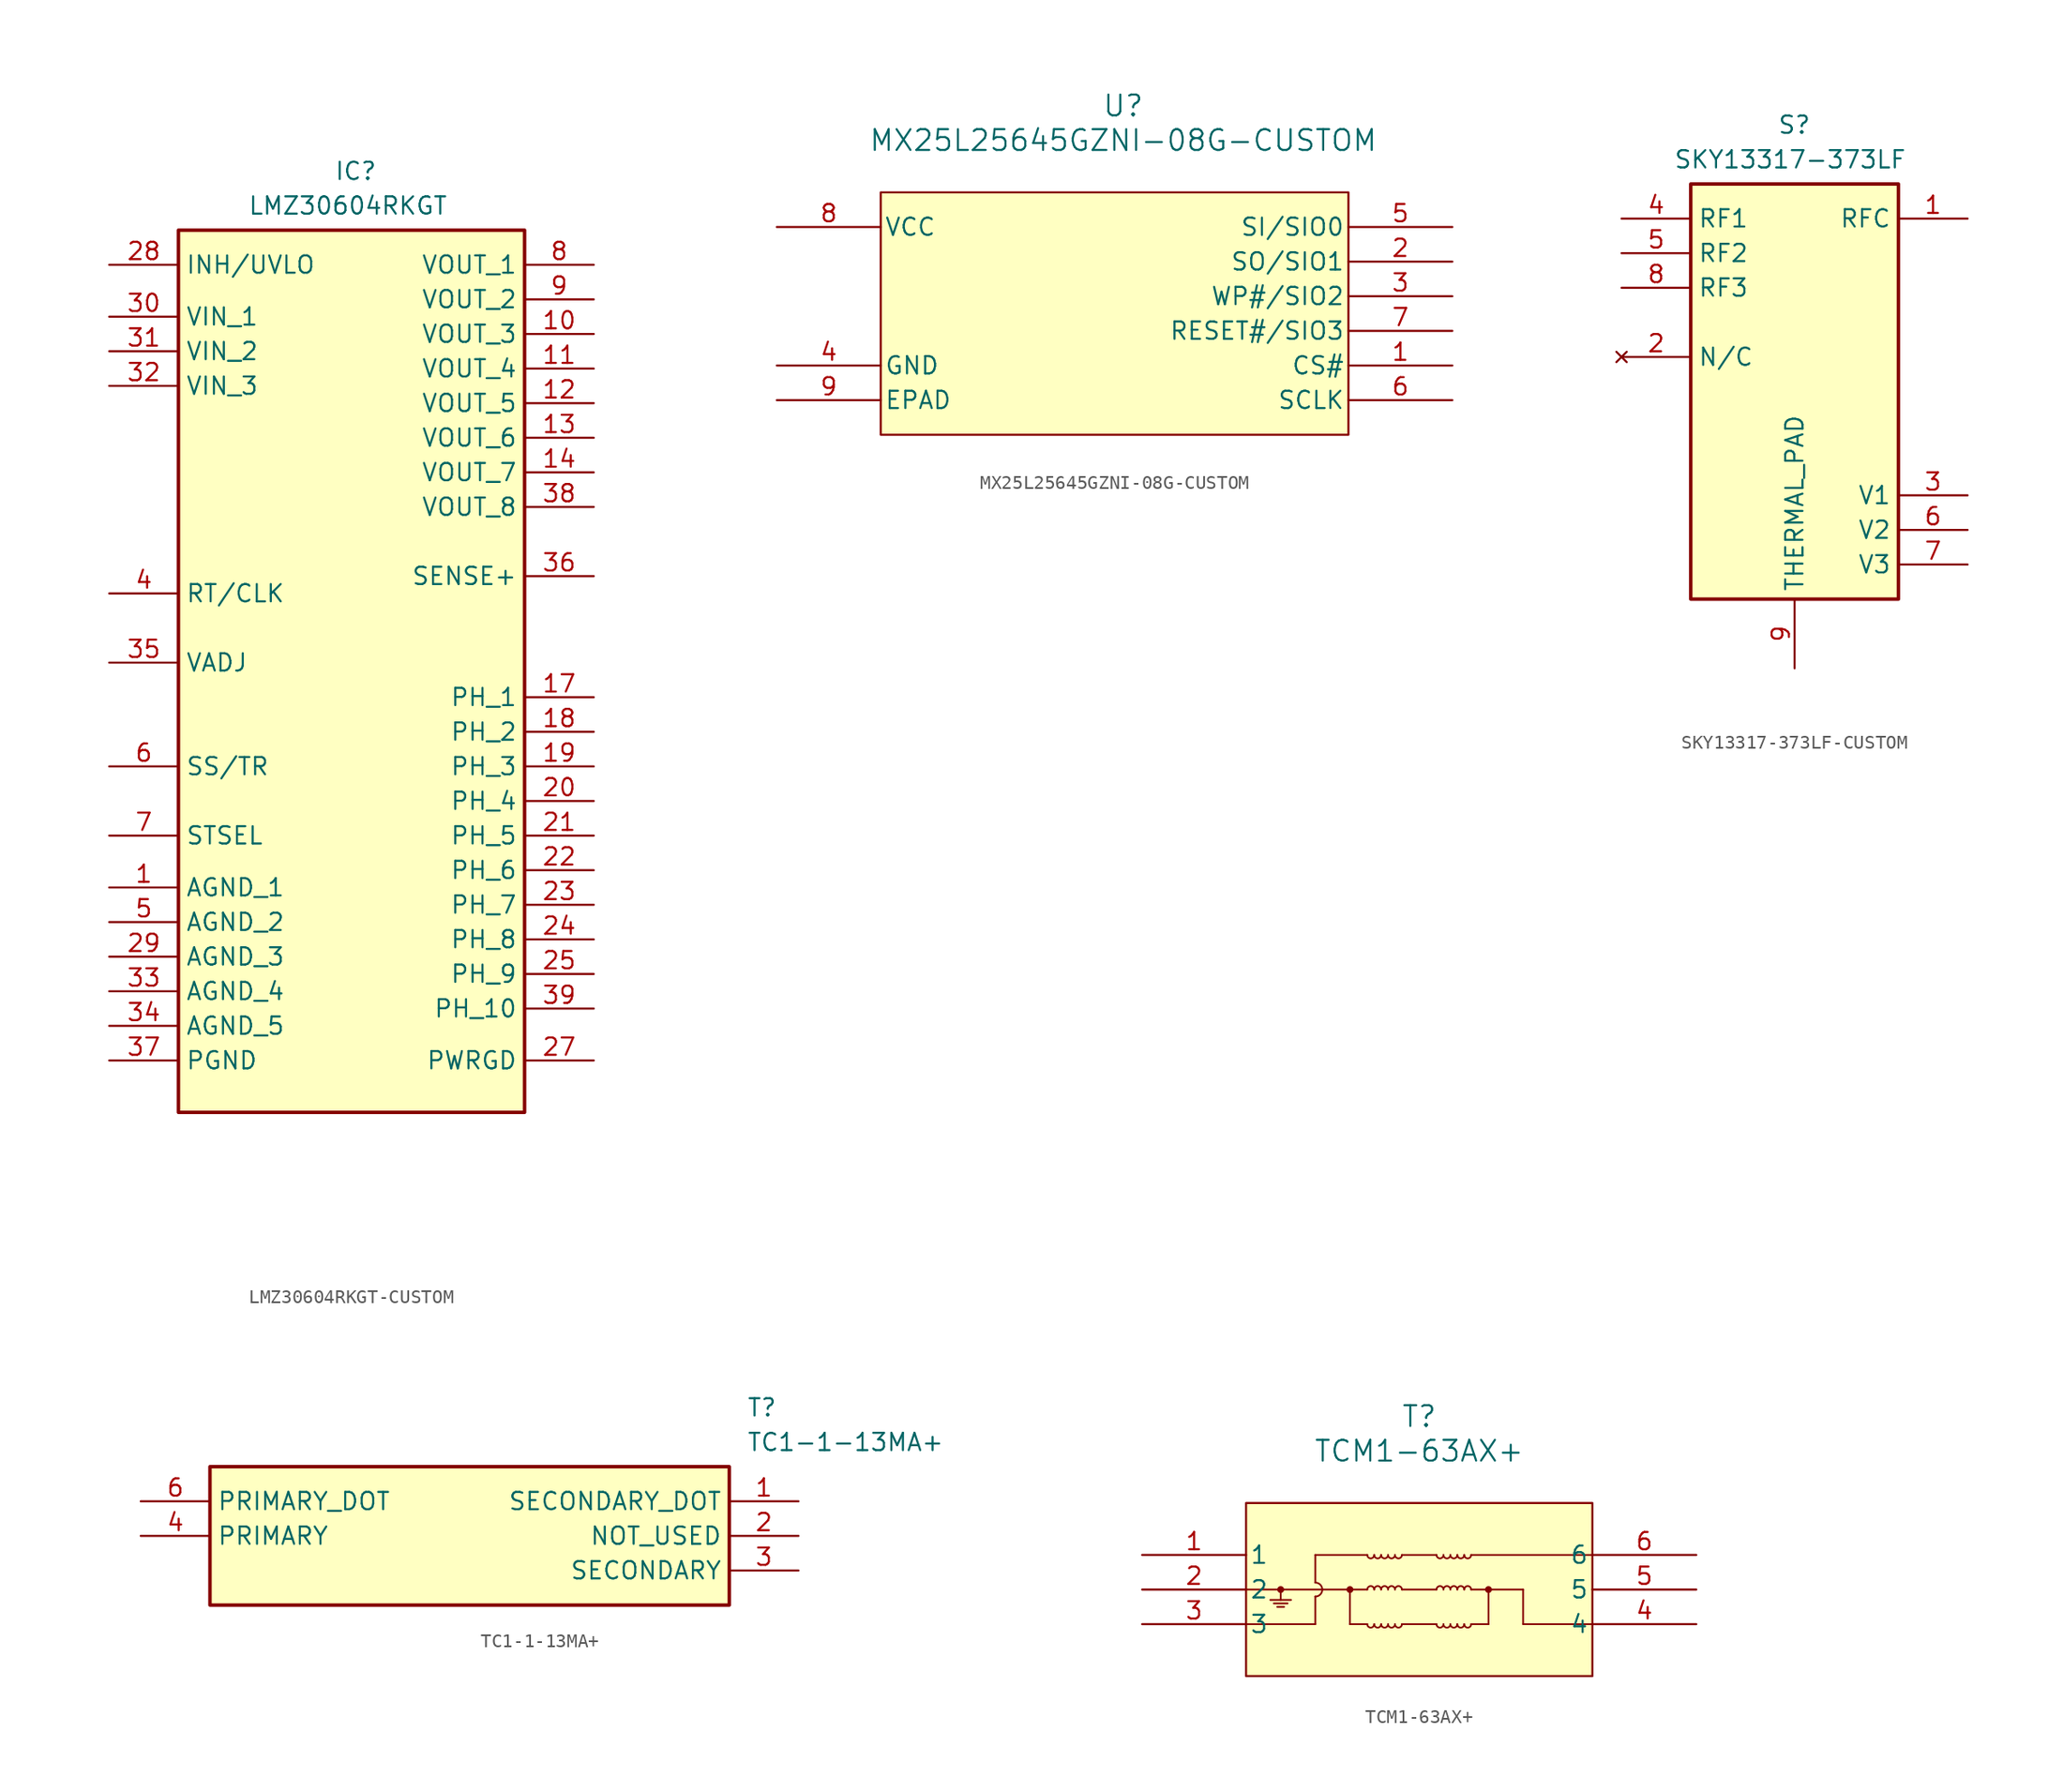
<source format=kicad_sym>
(kicad_symbol_lib
  (version 20231120)
  (generator "kicad_symbol_editor")
  (generator_version "8.0")
  (symbol "LMZ30604RKGT-CUSTOM"
    (property "Reference" "IC"
      (at -1.27 5.08 0)
      (effects (font (size 1.27 1.27)) (justify left top)))
    (property "Value" "LMZ30604RKGT"
      (at -7.62 2.54 0)
      (effects (font (size 1.27 1.27)) (justify left top)))
    (symbol "LMZ30604RKGT-CUSTOM_1_1"
      (rectangle (start -12.7 0) (end 12.7 -64.77) (stroke (width 0.254) (type default)) (fill (type background)))
      (pin passive line (at -17.78 -48.26 0) (length 5.08) (name "AGND_1" (effects (font (size 1.27 1.27)))) (number "1" (effects (font (size 1.27 1.27)))))
      (pin passive line (at 17.78 -7.62 180) (length 5.08) (name "VOUT_3" (effects (font (size 1.27 1.27)))) (number "10" (effects (font (size 1.27 1.27)))))
      (pin passive line (at 17.78 -10.16 180) (length 5.08) (name "VOUT_4" (effects (font (size 1.27 1.27)))) (number "11" (effects (font (size 1.27 1.27)))))
      (pin passive line (at 17.78 -12.7 180) (length 5.08) (name "VOUT_5" (effects (font (size 1.27 1.27)))) (number "12" (effects (font (size 1.27 1.27)))))
      (pin passive line (at 17.78 -15.24 180) (length 5.08) (name "VOUT_6" (effects (font (size 1.27 1.27)))) (number "13" (effects (font (size 1.27 1.27)))))
      (pin passive line (at 17.78 -17.78 180) (length 5.08) (name "VOUT_7" (effects (font (size 1.27 1.27)))) (number "14" (effects (font (size 1.27 1.27)))))
      (pin no_connect line (at 0 -69.85 90) (length 5.08) hide (name "DNC_3" (effects (font (size 1.27 1.27)))) (number "15" (effects (font (size 1.27 1.27)))))
      (pin no_connect line (at 2.54 -69.85 90) (length 5.08) hide (name "DNC_4" (effects (font (size 1.27 1.27)))) (number "16" (effects (font (size 1.27 1.27)))))
      (pin passive line (at 17.78 -34.29 180) (length 5.08) (name "PH_1" (effects (font (size 1.27 1.27)))) (number "17" (effects (font (size 1.27 1.27)))))
      (pin passive line (at 17.78 -36.83 180) (length 5.08) (name "PH_2" (effects (font (size 1.27 1.27)))) (number "18" (effects (font (size 1.27 1.27)))))
      (pin passive line (at 17.78 -39.37 180) (length 5.08) (name "PH_3" (effects (font (size 1.27 1.27)))) (number "19" (effects (font (size 1.27 1.27)))))
      (pin no_connect line (at -5.08 -69.85 90) (length 5.08) hide (name "DNC_1" (effects (font (size 1.27 1.27)))) (number "2" (effects (font (size 1.27 1.27)))))
      (pin passive line (at 17.78 -41.91 180) (length 5.08) (name "PH_4" (effects (font (size 1.27 1.27)))) (number "20" (effects (font (size 1.27 1.27)))))
      (pin passive line (at 17.78 -44.45 180) (length 5.08) (name "PH_5" (effects (font (size 1.27 1.27)))) (number "21" (effects (font (size 1.27 1.27)))))
      (pin passive line (at 17.78 -46.99 180) (length 5.08) (name "PH_6" (effects (font (size 1.27 1.27)))) (number "22" (effects (font (size 1.27 1.27)))))
      (pin passive line (at 17.78 -49.53 180) (length 5.08) (name "PH_7" (effects (font (size 1.27 1.27)))) (number "23" (effects (font (size 1.27 1.27)))))
      (pin passive line (at 17.78 -52.07 180) (length 5.08) (name "PH_8" (effects (font (size 1.27 1.27)))) (number "24" (effects (font (size 1.27 1.27)))))
      (pin passive line (at 17.78 -54.61 180) (length 5.08) (name "PH_9" (effects (font (size 1.27 1.27)))) (number "25" (effects (font (size 1.27 1.27)))))
      (pin no_connect line (at 5.08 -69.85 90) (length 5.08) hide (name "DNC_5" (effects (font (size 1.27 1.27)))) (number "26" (effects (font (size 1.27 1.27)))))
      (pin passive line (at 17.78 -60.96 180) (length 5.08) (name "PWRGD" (effects (font (size 1.27 1.27)))) (number "27" (effects (font (size 1.27 1.27)))))
      (pin passive line (at -17.78 -2.54 0) (length 5.08) (name "INH/UVLO" (effects (font (size 1.27 1.27)))) (number "28" (effects (font (size 1.27 1.27)))))
      (pin passive line (at -17.78 -53.34 0) (length 5.08) (name "AGND_3" (effects (font (size 1.27 1.27)))) (number "29" (effects (font (size 1.27 1.27)))))
      (pin no_connect line (at -2.54 -69.85 90) (length 5.08) hide (name "DNC_2" (effects (font (size 1.27 1.27)))) (number "3" (effects (font (size 1.27 1.27)))))
      (pin passive line (at -17.78 -6.35 0) (length 5.08) (name "VIN_1" (effects (font (size 1.27 1.27)))) (number "30" (effects (font (size 1.27 1.27)))))
      (pin passive line (at -17.78 -8.89 0) (length 5.08) (name "VIN_2" (effects (font (size 1.27 1.27)))) (number "31" (effects (font (size 1.27 1.27)))))
      (pin passive line (at -17.78 -11.43 0) (length 5.08) (name "VIN_3" (effects (font (size 1.27 1.27)))) (number "32" (effects (font (size 1.27 1.27)))))
      (pin passive line (at -17.78 -55.88 0) (length 5.08) (name "AGND_4" (effects (font (size 1.27 1.27)))) (number "33" (effects (font (size 1.27 1.27)))))
      (pin passive line (at -17.78 -58.42 0) (length 5.08) (name "AGND_5" (effects (font (size 1.27 1.27)))) (number "34" (effects (font (size 1.27 1.27)))))
      (pin passive line (at -17.78 -31.75 0) (length 5.08) (name "VADJ" (effects (font (size 1.27 1.27)))) (number "35" (effects (font (size 1.27 1.27)))))
      (pin passive line (at 17.78 -25.4 180) (length 5.08) (name "SENSE+" (effects (font (size 1.27 1.27)))) (number "36" (effects (font (size 1.27 1.27)))))
      (pin passive line (at -17.78 -60.96 0) (length 5.08) (name "PGND" (effects (font (size 1.27 1.27)))) (number "37" (effects (font (size 1.27 1.27)))))
      (pin passive line (at 17.78 -20.32 180) (length 5.08) (name "VOUT_8" (effects (font (size 1.27 1.27)))) (number "38" (effects (font (size 1.27 1.27)))))
      (pin passive line (at 17.78 -57.15 180) (length 5.08) (name "PH_10" (effects (font (size 1.27 1.27)))) (number "39" (effects (font (size 1.27 1.27)))))
      (pin passive line (at -17.78 -26.67 0) (length 5.08) (name "RT/CLK" (effects (font (size 1.27 1.27)))) (number "4" (effects (font (size 1.27 1.27)))))
      (pin passive line (at -17.78 -50.8 0) (length 5.08) (name "AGND_2" (effects (font (size 1.27 1.27)))) (number "5" (effects (font (size 1.27 1.27)))))
      (pin passive line (at -17.78 -39.37 0) (length 5.08) (name "SS/TR" (effects (font (size 1.27 1.27)))) (number "6" (effects (font (size 1.27 1.27)))))
      (pin passive line (at -17.78 -44.45 0) (length 5.08) (name "STSEL" (effects (font (size 1.27 1.27)))) (number "7" (effects (font (size 1.27 1.27)))))
      (pin passive line (at 17.78 -2.54 180) (length 5.08) (name "VOUT_1" (effects (font (size 1.27 1.27)))) (number "8" (effects (font (size 1.27 1.27)))))
      (pin passive line (at 17.78 -5.08 180) (length 5.08) (name "VOUT_2" (effects (font (size 1.27 1.27)))) (number "9" (effects (font (size 1.27 1.27)))))))
  (symbol "MX25L25645GZNI-08G-CUSTOM"
    (pin_names
      (offset 0.254))
    (property "Reference" "U"
      (at 0 6.35 0)
      (effects (font (size 1.524 1.524))))
    (property "Value" "MX25L25645GZNI-08G-CUSTOM"
      (at 0 3.81 0)
      (effects (font (size 1.524 1.524))))
    (symbol "MX25L25645GZNI-08G-CUSTOM_0_1"
      (pin bidirectional line (at 24.13 -5.08 180) (length 7.62) (name "SO/SIO1" (effects (font (size 1.27 1.27)))) (number "2" (effects (font (size 1.27 1.27)))))
      (pin bidirectional line (at 24.13 -7.62 180) (length 7.62) (name "WP#/SIO2" (effects (font (size 1.27 1.27)))) (number "3" (effects (font (size 1.27 1.27)))))
      (pin bidirectional line (at 24.13 -2.54 180) (length 7.62) (name "SI/SIO0" (effects (font (size 1.27 1.27)))) (number "5" (effects (font (size 1.27 1.27)))))
      (pin input line (at 24.13 -15.24 180) (length 7.62) (name "SCLK" (effects (font (size 1.27 1.27)))) (number "6" (effects (font (size 1.27 1.27)))))
      (pin bidirectional line (at 24.13 -10.16 180) (length 7.62) (name "RESET#/SIO3" (effects (font (size 1.27 1.27)))) (number "7" (effects (font (size 1.27 1.27)))))
      (pin power_in line (at -25.4 -2.54 0) (length 7.62) (name "VCC" (effects (font (size 1.27 1.27)))) (number "8" (effects (font (size 1.27 1.27))))))
    (symbol "MX25L25645GZNI-08G-CUSTOM_1_1"
      (rectangle (start -17.78 0) (end 16.51 -17.78) (stroke (width 0) (type default)) (fill (type background)))
      (pin input line (at 24.13 -12.7 180) (length 7.62) (name "CS#" (effects (font (size 1.27 1.27)))) (number "1" (effects (font (size 1.27 1.27)))))
      (pin power_in line (at -25.4 -12.7 0) (length 7.62) (name "GND" (effects (font (size 1.27 1.27)))) (number "4" (effects (font (size 1.27 1.27)))))
      (pin power_in line (at -25.4 -15.24 0) (length 7.62) (name "EPAD" (effects (font (size 1.27 1.27)))) (number "9" (effects (font (size 1.27 1.27)))))))
  (symbol "SKY13317-373LF-CUSTOM"
    (property "Reference" "S"
      (at -1.27 5.08 0)
      (effects (font (size 1.27 1.27)) (justify left top)))
    (property "Value" "SKY13317-373LF"
      (at -8.89 2.54 0)
      (effects (font (size 1.27 1.27)) (justify left top)))
    (symbol "SKY13317-373LF-CUSTOM_1_1"
      (rectangle (start -7.62 0) (end 7.62 -30.48) (stroke (width 0.254) (type default)) (fill (type background)))
      (pin bidirectional line (at 12.7 -2.54 180) (length 5.08) (name "RFC" (effects (font (size 1.27 1.27)))) (number "1" (effects (font (size 1.27 1.27)))))
      (pin no_connect line (at -12.7 -12.7 0) (length 5.08) (name "N/C" (effects (font (size 1.27 1.27)))) (number "2" (effects (font (size 1.27 1.27)))))
      (pin input line (at 12.7 -22.86 180) (length 5.08) (name "V1" (effects (font (size 1.27 1.27)))) (number "3" (effects (font (size 1.27 1.27)))))
      (pin bidirectional line (at -12.7 -2.54 0) (length 5.08) (name "RF1" (effects (font (size 1.27 1.27)))) (number "4" (effects (font (size 1.27 1.27)))))
      (pin bidirectional line (at -12.7 -5.08 0) (length 5.08) (name "RF2" (effects (font (size 1.27 1.27)))) (number "5" (effects (font (size 1.27 1.27)))))
      (pin input line (at 12.7 -25.4 180) (length 5.08) (name "V2" (effects (font (size 1.27 1.27)))) (number "6" (effects (font (size 1.27 1.27)))))
      (pin input line (at 12.7 -27.94 180) (length 5.08) (name "V3" (effects (font (size 1.27 1.27)))) (number "7" (effects (font (size 1.27 1.27)))))
      (pin bidirectional line (at -12.7 -7.62 0) (length 5.08) (name "RF3" (effects (font (size 1.27 1.27)))) (number "8" (effects (font (size 1.27 1.27)))))
      (pin power_in line (at 0 -35.56 90) (length 5.08) (name "THERMAL_PAD" (effects (font (size 1.27 1.27)))) (number "9" (effects (font (size 1.27 1.27)))))))
  (symbol "TC1-1-13MA+"
    (property "Reference" "T"
      (at 44.45 7.62 0)
      (effects (font (size 1.27 1.27)) (justify left top)))
    (property "Value" "TC1-1-13MA+"
      (at 44.45 5.08 0)
      (effects (font (size 1.27 1.27)) (justify left top)))
    (symbol "TC1-1-13MA+_1_1"
      (rectangle (start 5.08 2.54) (end 43.18 -7.62) (stroke (width 0.254) (type default)) (fill (type background)))
      (pin passive line (at 48.26 0 180) (length 5.08) (name "SECONDARY_DOT" (effects (font (size 1.27 1.27)))) (number "1" (effects (font (size 1.27 1.27)))))
      (pin passive line (at 48.26 -2.54 180) (length 5.08) (name "NOT_USED" (effects (font (size 1.27 1.27)))) (number "2" (effects (font (size 1.27 1.27)))))
      (pin passive line (at 48.26 -5.08 180) (length 5.08) (name "SECONDARY" (effects (font (size 1.27 1.27)))) (number "3" (effects (font (size 1.27 1.27)))))
      (pin passive line (at 0 -2.54 0) (length 5.08) (name "PRIMARY" (effects (font (size 1.27 1.27)))) (number "4" (effects (font (size 1.27 1.27)))))
      (pin passive line (at 0 0 0) (length 5.08) (name "PRIMARY_DOT" (effects (font (size 1.27 1.27)))) (number "6" (effects (font (size 1.27 1.27)))))))
  (symbol "TCM1-63AX+"
    (pin_names
      (offset 0.254))
    (property "Reference" "T"
      (at 20.32 10.16 0)
      (effects (font (size 1.524 1.524))))
    (property "Value" "TCM1-63AX+"
      (at 20.32 7.62 0)
      (effects (font (size 1.524 1.524))))
    (symbol "TCM1-63AX+_0_1"
      (polyline (pts (xy 7.62 -5.08) (xy 12.7 -5.08)) (stroke (width 0.127) (type default)) (fill (type none)))
      (polyline (pts (xy 7.62 -2.54) (xy 16.51 -2.54)) (stroke (width 0.127) (type default)) (fill (type none)))
      (polyline (pts (xy 9.398 -3.302) (xy 10.922 -3.302)) (stroke (width 0.127) (type default)) (fill (type none)))
      (polyline (pts (xy 9.652 -3.556) (xy 10.668 -3.556)) (stroke (width 0.127) (type default)) (fill (type none)))
      (polyline (pts (xy 9.906 -3.81) (xy 10.414 -3.81)) (stroke (width 0.127) (type default)) (fill (type none)))
      (polyline (pts (xy 10.16 -2.54) (xy 10.16 -3.302)) (stroke (width 0.127) (type default)) (fill (type none)))
      (polyline (pts (xy 12.7 -5.08) (xy 12.7 -3.048)) (stroke (width 0.127) (type default)) (fill (type none)))
      (polyline (pts (xy 12.7 -2.032) (xy 12.7 0)) (stroke (width 0.127) (type default)) (fill (type none)))
      (polyline (pts (xy 12.7 0) (xy 16.51 0)) (stroke (width 0.127) (type default)) (fill (type none)))
      (polyline (pts (xy 15.24 -5.08) (xy 16.51 -5.08)) (stroke (width 0.127) (type default)) (fill (type none)))
      (polyline (pts (xy 15.24 -2.54) (xy 15.24 -5.08)) (stroke (width 0.127) (type default)) (fill (type none)))
      (polyline (pts (xy 19.05 -5.08) (xy 21.59 -5.08)) (stroke (width 0.127) (type default)) (fill (type none)))
      (polyline (pts (xy 19.05 -2.54) (xy 21.59 -2.54)) (stroke (width 0.127) (type default)) (fill (type none)))
      (polyline (pts (xy 19.05 0) (xy 21.59 0)) (stroke (width 0.127) (type default)) (fill (type none)))
      (polyline (pts (xy 24.13 -5.08) (xy 25.4 -5.08)) (stroke (width 0.127) (type default)) (fill (type none)))
      (polyline (pts (xy 24.13 -2.54) (xy 27.94 -2.54)) (stroke (width 0.127) (type default)) (fill (type none)))
      (polyline (pts (xy 25.4 -5.08) (xy 25.4 -2.54)) (stroke (width 0.127) (type default)) (fill (type none)))
      (polyline (pts (xy 27.94 -5.08) (xy 33.02 -5.08)) (stroke (width 0.127) (type default)) (fill (type none)))
      (polyline (pts (xy 27.94 -2.54) (xy 27.94 -5.08)) (stroke (width 0.127) (type default)) (fill (type none)))
      (polyline (pts (xy 33.02 0) (xy 24.13 0)) (stroke (width 0.127) (type default)) (fill (type none)))
      (circle (center 10.16 -2.54) (radius 0.127) (stroke (width 0.254) (type default)) (fill (type none)))
      (arc (start 12.7 -3.048) (mid 13.2058 -2.54) (end 12.7 -2.032) (stroke (width 0.127) (type default)) (fill (type none)))
      (circle (center 15.24 -2.54) (radius 0.127) (stroke (width 0.254) (type default)) (fill (type none)))
      (arc (start 16.51 -5.08) (mid 16.764 -5.3329) (end 17.018 -5.08) (stroke (width 0.127) (type default)) (fill (type none)))
      (arc (start 16.51 0) (mid 16.764 -0.2529) (end 17.018 0) (stroke (width 0.127) (type default)) (fill (type none)))
      (arc (start 17.018 -5.08) (mid 17.272 -5.3329) (end 17.526 -5.08) (stroke (width 0.127) (type default)) (fill (type none)))
      (arc (start 17.018 -2.54) (mid 16.764 -2.2871) (end 16.51 -2.54) (stroke (width 0.127) (type default)) (fill (type none)))
      (arc (start 17.018 0) (mid 17.272 -0.2529) (end 17.526 0) (stroke (width 0.127) (type default)) (fill (type none)))
      (arc (start 17.526 -5.08) (mid 17.78 -5.3329) (end 18.034 -5.08) (stroke (width 0.127) (type default)) (fill (type none)))
      (arc (start 17.526 -2.54) (mid 17.272 -2.2871) (end 17.018 -2.54) (stroke (width 0.127) (type default)) (fill (type none)))
      (arc (start 17.526 0) (mid 17.78 -0.2529) (end 18.034 0) (stroke (width 0.127) (type default)) (fill (type none)))
      (arc (start 18.034 -5.08) (mid 18.288 -5.3329) (end 18.542 -5.08) (stroke (width 0.127) (type default)) (fill (type none)))
      (arc (start 18.034 -2.54) (mid 17.78 -2.2871) (end 17.526 -2.54) (stroke (width 0.127) (type default)) (fill (type none)))
      (arc (start 18.034 0) (mid 18.288 -0.2529) (end 18.542 0) (stroke (width 0.127) (type default)) (fill (type none)))
      (arc (start 18.542 -5.08) (mid 18.796 -5.3329) (end 19.05 -5.08) (stroke (width 0.127) (type default)) (fill (type none)))
      (arc (start 18.542 -2.54) (mid 18.288 -2.2871) (end 18.034 -2.54) (stroke (width 0.127) (type default)) (fill (type none)))
      (arc (start 18.542 0) (mid 18.796 -0.2529) (end 19.05 0) (stroke (width 0.127) (type default)) (fill (type none)))
      (arc (start 19.05 -2.54) (mid 18.796 -2.2871) (end 18.542 -2.54) (stroke (width 0.127) (type default)) (fill (type none)))
      (arc (start 21.59 -5.08) (mid 21.844 -5.3329) (end 22.098 -5.08) (stroke (width 0.127) (type default)) (fill (type none)))
      (arc (start 21.59 0) (mid 21.844 -0.2529) (end 22.098 0) (stroke (width 0.127) (type default)) (fill (type none)))
      (arc (start 22.098 -5.08) (mid 22.352 -5.3329) (end 22.606 -5.08) (stroke (width 0.127) (type default)) (fill (type none)))
      (arc (start 22.098 -2.54) (mid 21.844 -2.2871) (end 21.59 -2.54) (stroke (width 0.127) (type default)) (fill (type none)))
      (arc (start 22.098 0) (mid 22.352 -0.2529) (end 22.606 0) (stroke (width 0.127) (type default)) (fill (type none)))
      (arc (start 22.606 -5.08) (mid 22.86 -5.3329) (end 23.114 -5.08) (stroke (width 0.127) (type default)) (fill (type none)))
      (arc (start 22.606 -2.54) (mid 22.352 -2.2871) (end 22.098 -2.54) (stroke (width 0.127) (type default)) (fill (type none)))
      (arc (start 22.606 0) (mid 22.86 -0.2529) (end 23.114 0) (stroke (width 0.127) (type default)) (fill (type none)))
      (arc (start 23.114 -5.08) (mid 23.368 -5.3329) (end 23.622 -5.08) (stroke (width 0.127) (type default)) (fill (type none)))
      (arc (start 23.114 -2.54) (mid 22.86 -2.2871) (end 22.606 -2.54) (stroke (width 0.127) (type default)) (fill (type none)))
      (arc (start 23.114 0) (mid 23.368 -0.2529) (end 23.622 0) (stroke (width 0.127) (type default)) (fill (type none)))
      (arc (start 23.622 -5.08) (mid 23.876 -5.3329) (end 24.13 -5.08) (stroke (width 0.127) (type default)) (fill (type none)))
      (arc (start 23.622 -2.54) (mid 23.368 -2.2871) (end 23.114 -2.54) (stroke (width 0.127) (type default)) (fill (type none)))
      (arc (start 23.622 0) (mid 23.876 -0.2529) (end 24.13 0) (stroke (width 0.127) (type default)) (fill (type none)))
      (arc (start 24.13 -2.54) (mid 23.876 -2.2871) (end 23.622 -2.54) (stroke (width 0.127) (type default)) (fill (type none)))
      (circle (center 25.4 -2.54) (radius 0.127) (stroke (width 0.254) (type default)) (fill (type none)))
      (pin unspecified line (at 0 0 0) (length 7.62) (name "1" (effects (font (size 1.27 1.27)))) (number "1" (effects (font (size 1.27 1.27)))))
      (pin unspecified line (at 0 -2.54 0) (length 7.62) (name "2" (effects (font (size 1.27 1.27)))) (number "2" (effects (font (size 1.27 1.27)))))
      (pin unspecified line (at 0 -5.08 0) (length 7.62) (name "3" (effects (font (size 1.27 1.27)))) (number "3" (effects (font (size 1.27 1.27)))))
      (pin unspecified line (at 40.64 -5.08 180) (length 7.62) (name "4" (effects (font (size 1.27 1.27)))) (number "4" (effects (font (size 1.27 1.27)))))
      (pin unspecified line (at 40.64 -2.54 180) (length 7.62) (name "5" (effects (font (size 1.27 1.27)))) (number "5" (effects (font (size 1.27 1.27)))))
      (pin unspecified line (at 40.64 0 180) (length 7.62) (name "6" (effects (font (size 1.27 1.27)))) (number "6" (effects (font (size 1.27 1.27))))))
    (symbol "TCM1-63AX+_1_1"
      (rectangle (start 7.62 3.81) (end 33.02 -8.89) (stroke (width 0) (type default)) (fill (type background))))))
</source>
